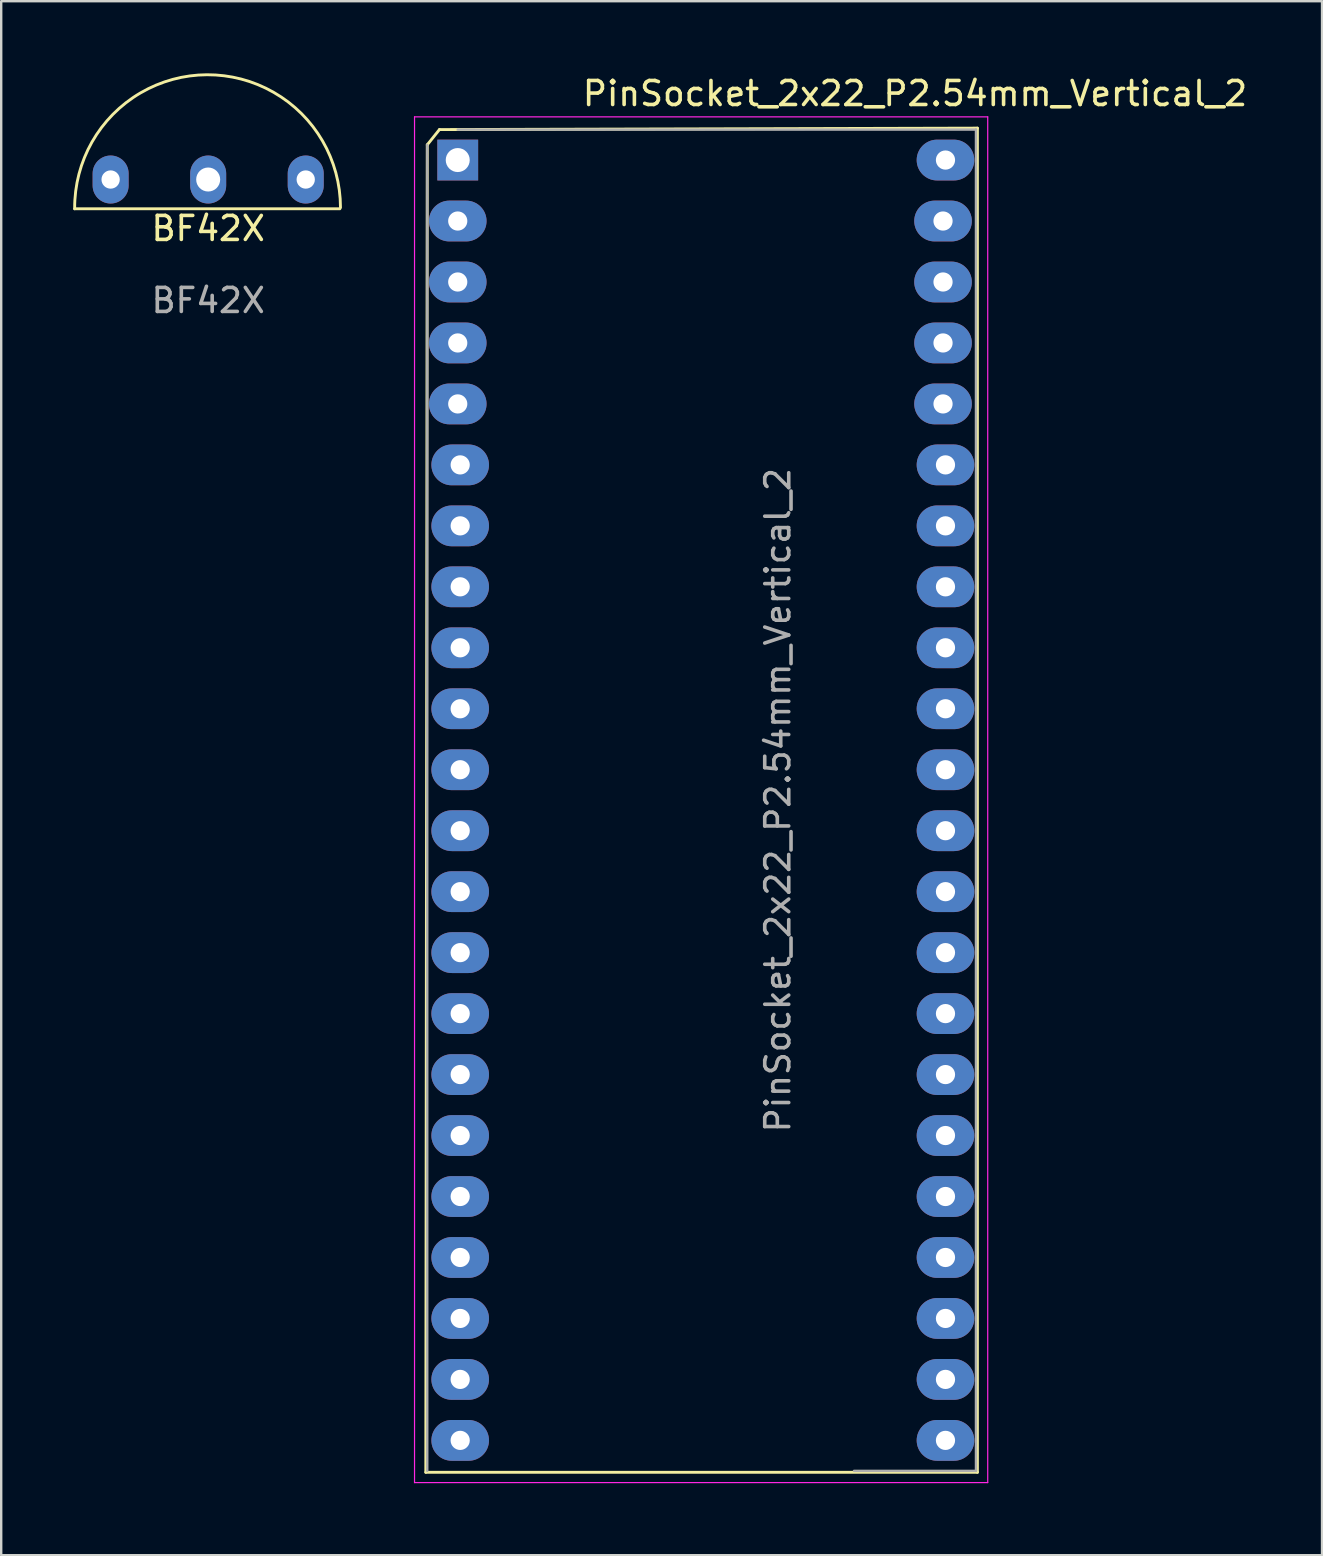
<source format=kicad_pcb>
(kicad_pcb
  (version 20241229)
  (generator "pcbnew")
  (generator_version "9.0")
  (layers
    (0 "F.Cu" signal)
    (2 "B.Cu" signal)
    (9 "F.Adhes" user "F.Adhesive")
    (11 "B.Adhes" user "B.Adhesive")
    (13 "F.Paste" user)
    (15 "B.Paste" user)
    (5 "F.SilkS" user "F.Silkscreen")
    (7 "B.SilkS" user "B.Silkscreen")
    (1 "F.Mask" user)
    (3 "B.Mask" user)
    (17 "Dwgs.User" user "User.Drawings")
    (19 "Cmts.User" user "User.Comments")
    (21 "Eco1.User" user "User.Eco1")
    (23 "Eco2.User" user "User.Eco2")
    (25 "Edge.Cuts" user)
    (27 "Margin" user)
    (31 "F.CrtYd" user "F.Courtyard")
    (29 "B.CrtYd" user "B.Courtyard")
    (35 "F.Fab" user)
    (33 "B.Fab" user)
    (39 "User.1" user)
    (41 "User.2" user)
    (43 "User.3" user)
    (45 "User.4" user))
  (footprint "BF42X"
    (layer "F.Cu")
    (at 5.623 6.969)
    (property "Reference" "BF42X" (at 0 -0.5 0) (unlocked yes) (layer "F.SilkS") (effects (font (size 1 1) (thickness 0.15))))
    (attr through_hole)
    (fp_line (start -5.563 -1.321) (end 5.486 -1.321) (stroke (width 0.12) (type solid)) (layer "F.SilkS"))
    (fp_arc (start -5.5626 -1.320625) (mid -0.0508 -6.9088) (end 5.512033 -1.371425) (stroke (width 0.12) (type solid)) (layer "F.SilkS"))
    (fp_text user "${REFERENCE}" (at 0 2.5 0) (unlocked yes) (layer "F.Fab") (effects (font (size 1 1) (thickness 0.15))))
    (pad "1" thru_hole oval (at -4.064 -2.54) (size 1.5 2) (drill 0.762) (layers "*.Cu" "*.Mask"))
    (pad "2" thru_hole oval (at 0 -2.54) (size 1.5 2) (drill 1) (layers "*.Cu" "*.Mask"))
    (pad "3" thru_hole oval (at 4.064 -2.54) (size 1.5 2) (drill 0.762) (layers "*.Cu" "*.Mask")))
  (footprint "PinSocket_2x22_P2.54mm_Vertical_2"
    (layer "F.Cu")
    (at 18.56 3.618)
    (property "Reference" "PinSocket_2x22_P2.54mm_Vertical_2" (at 16.51 -2.77 0) (layer "F.SilkS") (effects (font (size 1 1) (thickness 0.15))))
    (attr through_hole)
    (fp_line (start -3.87 54.67) (end 19.11 54.67) (stroke (width 0.12) (type solid)) (layer "F.SilkS"))
    (fp_line (start -3.81 -0.635) (end -3.87 54.67) (stroke (width 0.12) (type solid)) (layer "F.SilkS"))
    (fp_line (start -3.81 -0.635) (end -3.302 -1.27) (stroke (width 0.12) (type solid)) (layer "F.SilkS"))
    (fp_line (start -3.302 -1.27) (end 19.11 -1.33) (stroke (width 0.12) (type solid)) (layer "F.SilkS"))
    (fp_line (start 19.11 -1.33) (end 19.11 54.67) (stroke (width 0.12) (type solid)) (layer "F.SilkS"))
    (fp_line (start -4.34 -1.8) (end 19.54 -1.8) (stroke (width 0.05) (type solid)) (layer "F.CrtYd"))
    (fp_line (start -4.34 55.1) (end -4.34 -1.8) (stroke (width 0.05) (type solid)) (layer "F.CrtYd"))
    (fp_line (start 19.54 -1.8) (end 19.54 55.1) (stroke (width 0.05) (type solid)) (layer "F.CrtYd"))
    (fp_line (start 19.54 55.1) (end -4.34 55.1) (stroke (width 0.05) (type solid)) (layer "F.CrtYd"))
    (fp_line (start -3.81 54.61) (end -3.81 -0.635) (stroke (width 0.1) (type solid)) (layer "F.Fab"))
    (fp_line (start -2.54 -1.27) (end 19.05 -1.27) (stroke (width 0.1) (type solid)) (layer "F.Fab"))
    (fp_line (start 19.05 -1.27) (end 19.05 54.61) (stroke (width 0.1) (type solid)) (layer "F.Fab"))
    (fp_line (start 19.05 54.61) (end 13.97 54.61) (stroke (width 0.1) (type solid)) (layer "F.Fab"))
    (fp_text user "${REFERENCE}" (at 10.795 26.67 90) (layer "F.Fab") (effects (font (size 1 1) (thickness 0.15))))
    (pad "1" thru_hole rect (at -2.54 0) (size 1.7 1.7) (drill 1) (layers "*.Cu" "*.Mask"))
    (pad "2" thru_hole oval (at -2.54 2.54) (size 2.4 1.7) (drill 0.8) (layers "*.Cu" "*.Mask"))
    (pad "3" thru_hole oval (at -2.54 5.08) (size 2.4 1.7) (drill 0.8) (layers "*.Cu" "*.Mask"))
    (pad "4" thru_hole oval (at -2.54 7.62) (size 2.4 1.7) (drill 0.8) (layers "*.Cu" "*.Mask"))
    (pad "5" thru_hole oval (at -2.54 10.16) (size 2.4 1.7) (drill 0.8) (layers "*.Cu" "*.Mask"))
    (pad "6" thru_hole oval (at -2.438 12.7) (size 2.4 1.7) (drill 0.8) (layers "*.Cu" "*.Mask"))
    (pad "7" thru_hole oval (at -2.438 15.24) (size 2.4 1.7) (drill 0.8) (layers "*.Cu" "*.Mask"))
    (pad "8" thru_hole oval (at -2.438 17.78) (size 2.4 1.7) (drill 0.8) (layers "*.Cu" "*.Mask"))
    (pad "9" thru_hole oval (at -2.438 20.32) (size 2.4 1.7) (drill 0.8) (layers "*.Cu" "*.Mask"))
    (pad "10" thru_hole oval (at -2.438 22.86) (size 2.4 1.7) (drill 0.8) (layers "*.Cu" "*.Mask"))
    (pad "11" thru_hole oval (at -2.438 25.4) (size 2.4 1.7) (drill 0.8) (layers "*.Cu" "*.Mask"))
    (pad "12" thru_hole oval (at -2.438 27.94) (size 2.4 1.7) (drill 0.8) (layers "*.Cu" "*.Mask"))
    (pad "13" thru_hole oval (at -2.438 30.48) (size 2.4 1.7) (drill 0.8) (layers "*.Cu" "*.Mask"))
    (pad "14" thru_hole oval (at -2.438 33.02) (size 2.4 1.7) (drill 0.8) (layers "*.Cu" "*.Mask"))
    (pad "15" thru_hole oval (at -2.438 35.56) (size 2.4 1.7) (drill 0.8) (layers "*.Cu" "*.Mask"))
    (pad "16" thru_hole oval (at -2.438 38.1) (size 2.4 1.7) (drill 0.8) (layers "*.Cu" "*.Mask"))
    (pad "17" thru_hole oval (at -2.438 40.64) (size 2.4 1.7) (drill 0.8) (layers "*.Cu" "*.Mask"))
    (pad "18" thru_hole oval (at -2.438 43.18) (size 2.4 1.7) (drill 0.8) (layers "*.Cu" "*.Mask"))
    (pad "19" thru_hole oval (at -2.438 45.72) (size 2.4 1.7) (drill 0.8) (layers "*.Cu" "*.Mask"))
    (pad "20" thru_hole oval (at -2.438 48.26) (size 2.4 1.7) (drill 0.8) (layers "*.Cu" "*.Mask"))
    (pad "21" thru_hole oval (at -2.438 50.8) (size 2.4 1.7) (drill 0.8) (layers "*.Cu" "*.Mask"))
    (pad "22" thru_hole oval (at -2.438 53.34) (size 2.4 1.7) (drill 0.8) (layers "*.Cu" "*.Mask"))
    (pad "23" thru_hole oval (at 17.78 0) (size 2.4 1.7) (drill 0.8) (layers "*.Cu" "*.Mask"))
    (pad "24" thru_hole oval (at 17.678 2.54) (size 2.4 1.7) (drill 0.8) (layers "*.Cu" "*.Mask"))
    (pad "25" thru_hole oval (at 17.678 5.08) (size 2.4 1.7) (drill 0.8) (layers "*.Cu" "*.Mask"))
    (pad "26" thru_hole oval (at 17.678 7.62) (size 2.4 1.7) (drill 0.8) (layers "*.Cu" "*.Mask"))
    (pad "27" thru_hole oval (at 17.678 10.16) (size 2.4 1.7) (drill 0.8) (layers "*.Cu" "*.Mask"))
    (pad "28" thru_hole oval (at 17.78 12.7) (size 2.4 1.7) (drill 0.8) (layers "*.Cu" "*.Mask"))
    (pad "29" thru_hole oval (at 17.78 15.24) (size 2.4 1.7) (drill 0.8) (layers "*.Cu" "*.Mask"))
    (pad "30" thru_hole oval (at 17.78 17.78) (size 2.4 1.7) (drill 0.8) (layers "*.Cu" "*.Mask"))
    (pad "31" thru_hole oval (at 17.78 20.32) (size 2.4 1.7) (drill 0.8) (layers "*.Cu" "*.Mask"))
    (pad "32" thru_hole oval (at 17.78 22.86) (size 2.4 1.7) (drill 0.8) (layers "*.Cu" "*.Mask"))
    (pad "33" thru_hole oval (at 17.78 25.4) (size 2.4 1.7) (drill 0.8) (layers "*.Cu" "*.Mask"))
    (pad "34" thru_hole oval (at 17.78 27.94) (size 2.4 1.7) (drill 0.8) (layers "*.Cu" "*.Mask"))
    (pad "35" thru_hole oval (at 17.78 30.48) (size 2.4 1.7) (drill 0.8) (layers "*.Cu" "*.Mask"))
    (pad "36" thru_hole oval (at 17.78 33.02) (size 2.4 1.7) (drill 0.8) (layers "*.Cu" "*.Mask"))
    (pad "37" thru_hole oval (at 17.78 35.56) (size 2.4 1.7) (drill 0.8) (layers "*.Cu" "*.Mask"))
    (pad "38" thru_hole oval (at 17.78 38.1) (size 2.4 1.7) (drill 0.8) (layers "*.Cu" "*.Mask"))
    (pad "39" thru_hole oval (at 17.78 40.64) (size 2.4 1.7) (drill 0.8) (layers "*.Cu" "*.Mask"))
    (pad "40" thru_hole oval (at 17.78 43.18) (size 2.4 1.7) (drill 0.8) (layers "*.Cu" "*.Mask"))
    (pad "41" thru_hole oval (at 17.78 45.72) (size 2.4 1.7) (drill 0.8) (layers "*.Cu" "*.Mask"))
    (pad "42" thru_hole oval (at 17.78 48.26) (size 2.4 1.7) (drill 0.8) (layers "*.Cu" "*.Mask"))
    (pad "43" thru_hole oval (at 17.78 50.8) (size 2.4 1.7) (drill 0.8) (layers "*.Cu" "*.Mask"))
    (pad "44" thru_hole oval (at 17.78 53.34) (size 2.4 1.7) (drill 0.8) (layers "*.Cu" "*.Mask")))
  (gr_rect
    (start -3 -3)
    (end 52.028 61.743)
    (stroke (width 0.1) (type default))
    (fill no)
    (layer "Edge.Cuts")))
</source>
